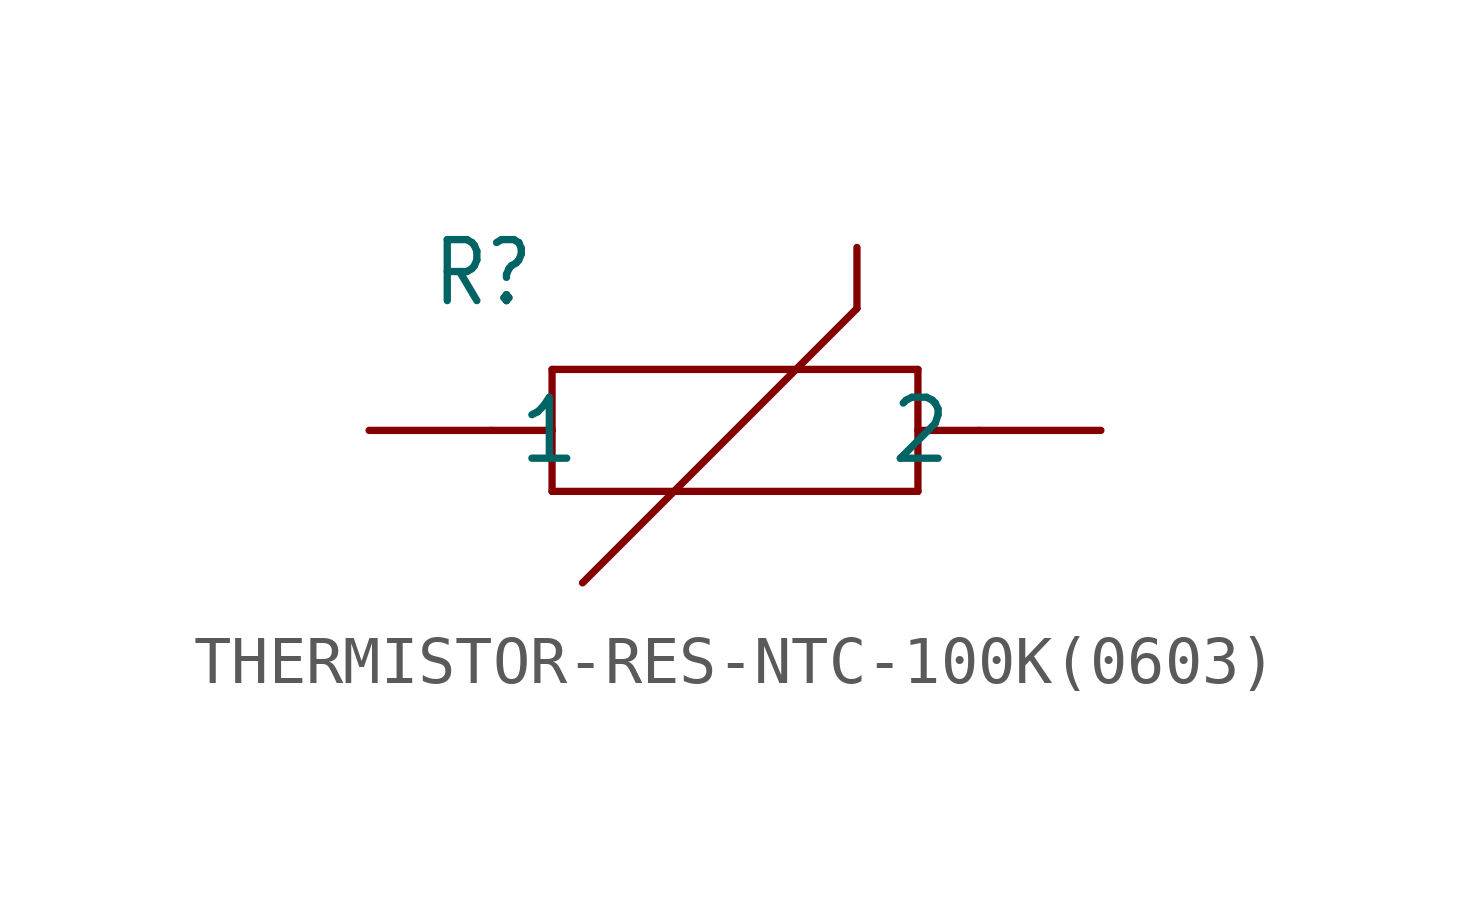
<source format=kicad_sym>
(kicad_symbol_lib
  (version 20231120)
  (generator "kicad_symbol_editor")
  (generator_version "8.0")
  (symbol "THERMISTOR-RES-NTC-100K(0603)"
    (property "Reference" "R"
      (at -6.35 2.54 0)
      (effects (font (size 1.27 1.079)) (justify left bottom)))
    (property "Value" ""
      (at 0 2.54 0)
      (effects (font (size 1.27 1.079)) (justify left bottom)))
    (property "ki_locked" ""
      (at 0 0 0)
      (effects (font (size 1.27 1.27))))
    (symbol "THERMISTOR-RES-NTC-100K(0603)_1_0"
      (polyline (pts (xy -5.08 0) (xy -3.81 0)) (stroke (width 0.152) (type solid)) (fill (type none)))
      (polyline (pts (xy -3.81 -1.27) (xy -3.81 0)) (stroke (width 0.152) (type solid)) (fill (type none)))
      (polyline (pts (xy -3.81 0) (xy -3.81 1.27)) (stroke (width 0.152) (type solid)) (fill (type none)))
      (polyline (pts (xy -3.81 1.27) (xy 3.81 1.27)) (stroke (width 0.152) (type solid)) (fill (type none)))
      (polyline (pts (xy 2.54 2.54) (xy -3.175 -3.175)) (stroke (width 0.152) (type solid)) (fill (type none)))
      (polyline (pts (xy 2.54 3.81) (xy 2.54 2.54)) (stroke (width 0.152) (type solid)) (fill (type none)))
      (polyline (pts (xy 3.81 -1.27) (xy -3.81 -1.27)) (stroke (width 0.152) (type solid)) (fill (type none)))
      (polyline (pts (xy 3.81 0) (xy 3.81 -1.27)) (stroke (width 0.152) (type solid)) (fill (type none)))
      (polyline (pts (xy 3.81 1.27) (xy 3.81 0)) (stroke (width 0.152) (type solid)) (fill (type none)))
      (polyline (pts (xy 5.08 0) (xy 3.81 0)) (stroke (width 0.152) (type solid)) (fill (type none)))
      (pin bidirectional line (at -7.62 0 0) (length 2.54) (name "1" (effects (font (size 1.27 1.27)))) (number "1" (effects (font (size 0 0)))))
      (pin bidirectional line (at 7.62 0 180) (length 2.54) (name "2" (effects (font (size 1.27 1.27)))) (number "2" (effects (font (size 0 0))))))))
</source>
